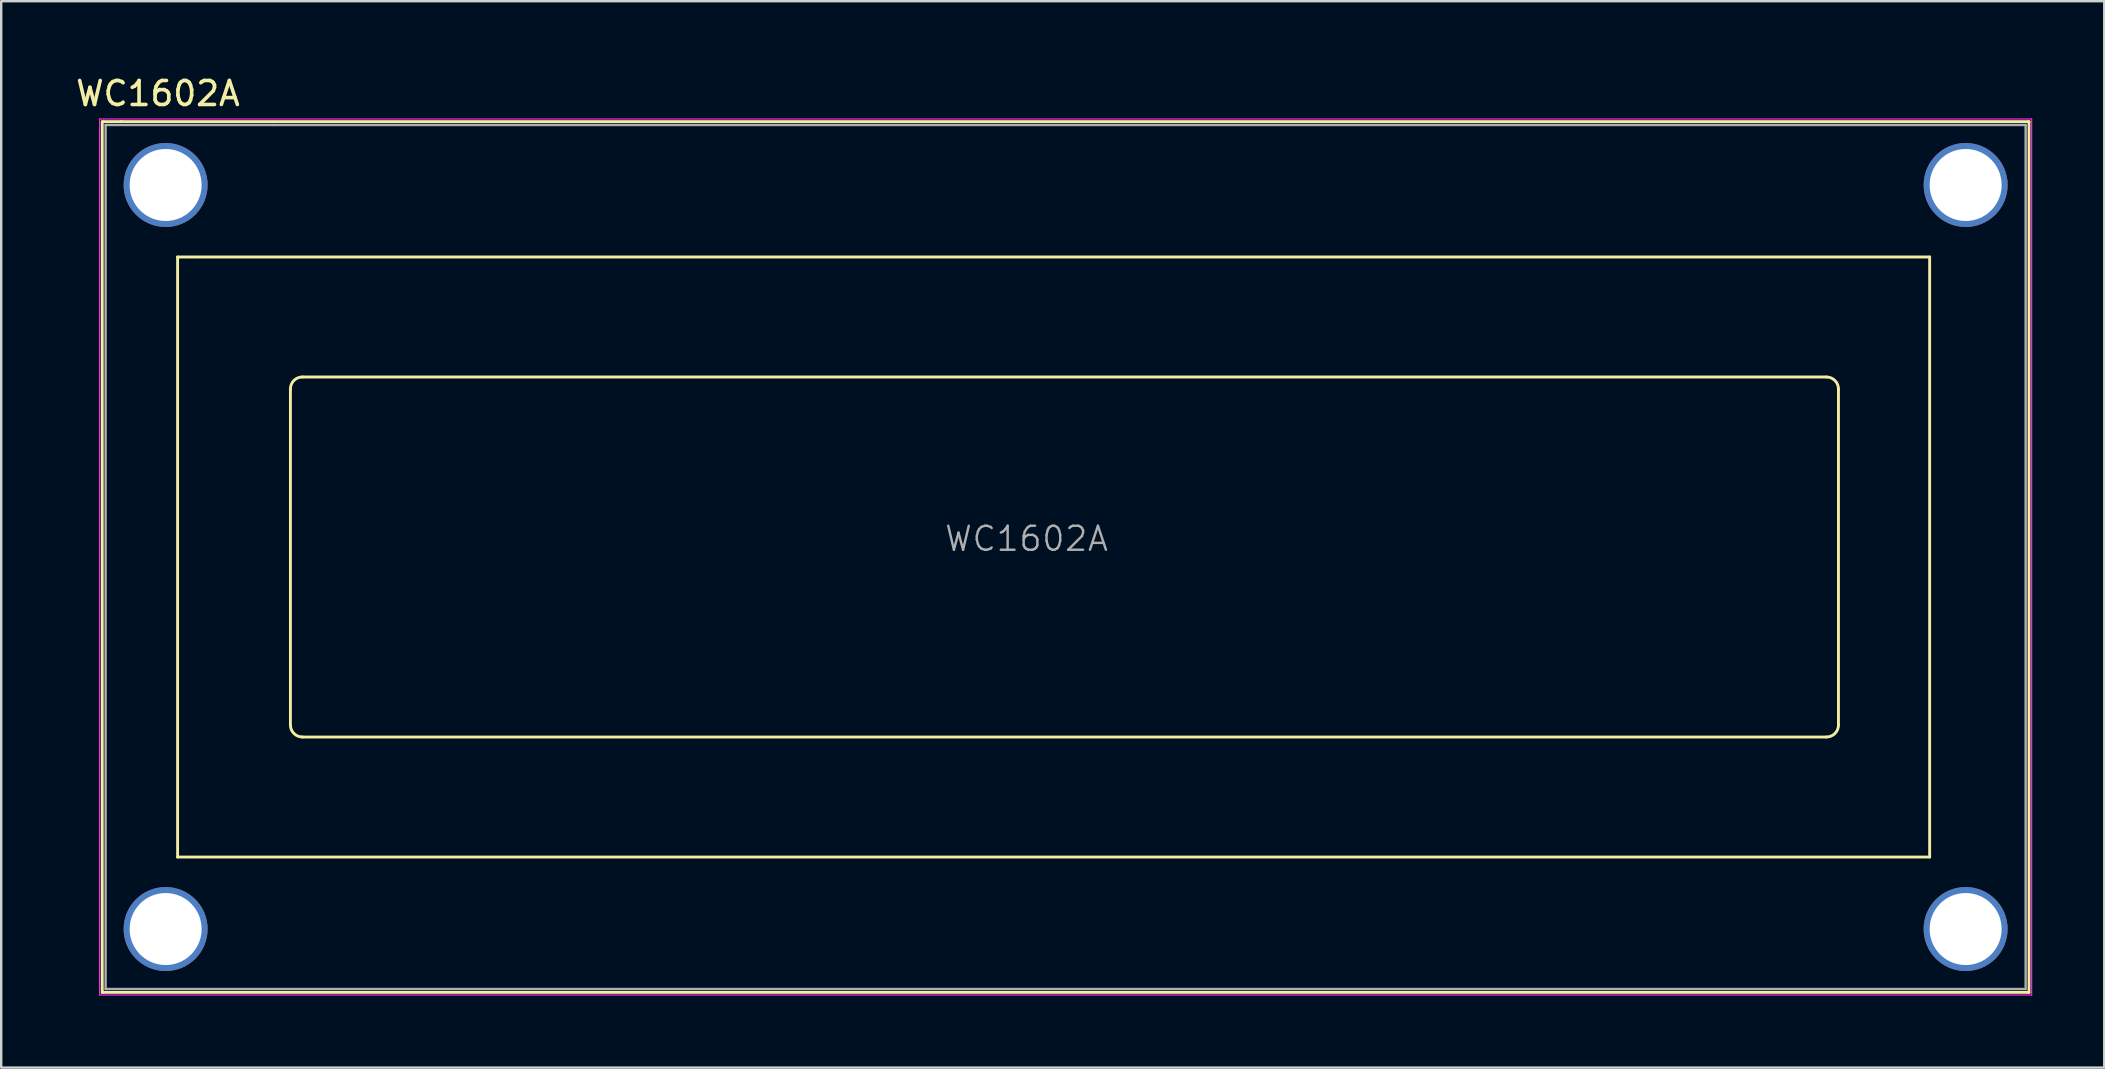
<source format=kicad_pcb>
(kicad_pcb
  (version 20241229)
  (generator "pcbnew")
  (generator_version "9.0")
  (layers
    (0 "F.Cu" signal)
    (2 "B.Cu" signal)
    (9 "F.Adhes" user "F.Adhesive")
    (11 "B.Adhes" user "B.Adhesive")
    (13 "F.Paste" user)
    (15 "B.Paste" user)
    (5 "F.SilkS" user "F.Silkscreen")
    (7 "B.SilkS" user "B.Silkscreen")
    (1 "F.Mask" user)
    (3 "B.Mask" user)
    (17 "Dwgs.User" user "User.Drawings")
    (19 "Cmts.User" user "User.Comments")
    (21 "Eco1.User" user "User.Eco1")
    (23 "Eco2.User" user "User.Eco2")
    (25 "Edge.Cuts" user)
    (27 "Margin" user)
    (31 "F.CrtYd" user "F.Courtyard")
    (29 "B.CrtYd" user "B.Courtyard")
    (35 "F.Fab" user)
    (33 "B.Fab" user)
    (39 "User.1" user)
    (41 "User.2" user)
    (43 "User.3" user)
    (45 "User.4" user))
  (footprint "WC1602A"
    (layer "F.Cu")
    (at 9.35 4.658)
    (property "Reference" "WC1602A" (at -5.82 -3.81 0) (layer "F.SilkS") (effects (font (size 1 1) (thickness 0.15))))
    (attr through_hole)
    (fp_line (start -8.14 -2.64) (end -8.14 33.64) (stroke (width 0.12) (type solid)) (layer "F.SilkS"))
    (fp_line (start -8.14 33.64) (end 72.14 33.64) (stroke (width 0.12) (type solid)) (layer "F.SilkS"))
    (fp_line (start -8.13 -2.64) (end -7.34 -2.64) (stroke (width 0.12) (type solid)) (layer "F.SilkS"))
    (fp_line (start -5 3) (end 68 3) (stroke (width 0.12) (type solid)) (layer "F.SilkS"))
    (fp_line (start -5 28) (end -5 3) (stroke (width 0.12) (type solid)) (layer "F.SilkS"))
    (fp_line (start -0.3 22.499) (end -0.3 8.5) (stroke (width 0.12) (type solid)) (layer "F.SilkS"))
    (fp_line (start 0.2 8) (end 63.7 8) (stroke (width 0.12) (type solid)) (layer "F.SilkS"))
    (fp_line (start 63.701 23) (end 0.2 23) (stroke (width 0.12) (type solid)) (layer "F.SilkS"))
    (fp_line (start 64.2 8.5) (end 64.2 22.5) (stroke (width 0.12) (type solid)) (layer "F.SilkS"))
    (fp_line (start 68 3) (end 68 28) (stroke (width 0.12) (type solid)) (layer "F.SilkS"))
    (fp_line (start 68 28) (end -5 28) (stroke (width 0.12) (type solid)) (layer "F.SilkS"))
    (fp_line (start 72.14 -2.64) (end -7.34 -2.64) (stroke (width 0.12) (type solid)) (layer "F.SilkS"))
    (fp_line (start 72.14 33.64) (end 72.14 -2.64) (stroke (width 0.12) (type solid)) (layer "F.SilkS"))
    (fp_arc (start -0.29972 8.49884) (mid -0.153162 8.145018) (end 0.20066 7.99846) (stroke (width 0.12) (type solid)) (layer "F.SilkS"))
    (fp_arc (start 0.20066 22.9997) (mid -0.153162 22.853142) (end -0.29972 22.49932) (stroke (width 0.12) (type solid)) (layer "F.SilkS"))
    (fp_arc (start 63.7 8) (mid 64.053553 8.146447) (end 64.2 8.5) (stroke (width 0.12) (type solid)) (layer "F.SilkS"))
    (fp_arc (start 64.20104 22.49932) (mid 64.054482 22.853142) (end 63.70066 22.9997) (stroke (width 0.12) (type solid)) (layer "F.SilkS"))
    (fp_line (start -8.25 -2.75) (end -8.25 33.75) (stroke (width 0.05) (type solid)) (layer "F.CrtYd"))
    (fp_line (start -8.25 -2.75) (end 72.25 -2.75) (stroke (width 0.05) (type solid)) (layer "F.CrtYd"))
    (fp_line (start -8.25 33.75) (end 72.25 33.75) (stroke (width 0.05) (type solid)) (layer "F.CrtYd"))
    (fp_line (start 72.25 -2.75) (end 72.25 33.75) (stroke (width 0.05) (type solid)) (layer "F.CrtYd"))
    (fp_line (start -8 33.5) (end -8 -2.5) (stroke (width 0.1) (type solid)) (layer "F.Fab"))
    (fp_line (start -1 -2.5) (end -8 -2.5) (stroke (width 0.1) (type solid)) (layer "F.Fab"))
    (fp_line (start -1 -2.5) (end 72 -2.5) (stroke (width 0.1) (type solid)) (layer "F.Fab"))
    (fp_line (start 72 -2.5) (end 72 33.5) (stroke (width 0.1) (type solid)) (layer "F.Fab"))
    (fp_line (start 72 33.5) (end -8 33.5) (stroke (width 0.1) (type solid)) (layer "F.Fab"))
    (fp_text user "${REFERENCE}" (at 30.37 14.74 0) (layer "F.Fab") (effects (font (size 1 1) (thickness 0.1))))
    (pad "" thru_hole circle (at -5.499 0) (size 3.5 3.5) (drill 3) (layers "*.Cu" "*.Mask"))
    (pad "" thru_hole circle (at -5.499 31.001) (size 3.5 3.5) (drill 3) (layers "*.Cu" "*.Mask"))
    (pad "" thru_hole circle (at 69.499 31.001) (size 3.5 3.5) (drill 3) (layers "*.Cu" "*.Mask"))
    (pad "" thru_hole circle (at 69.5 0) (size 3.5 3.5) (drill 3) (layers "*.Cu" "*.Mask")))
  (gr_rect
    (start -3 -3)
    (end 84.625 41.433)
    (stroke (width 0.1) (type default))
    (fill no)
    (layer "Edge.Cuts")))
</source>
